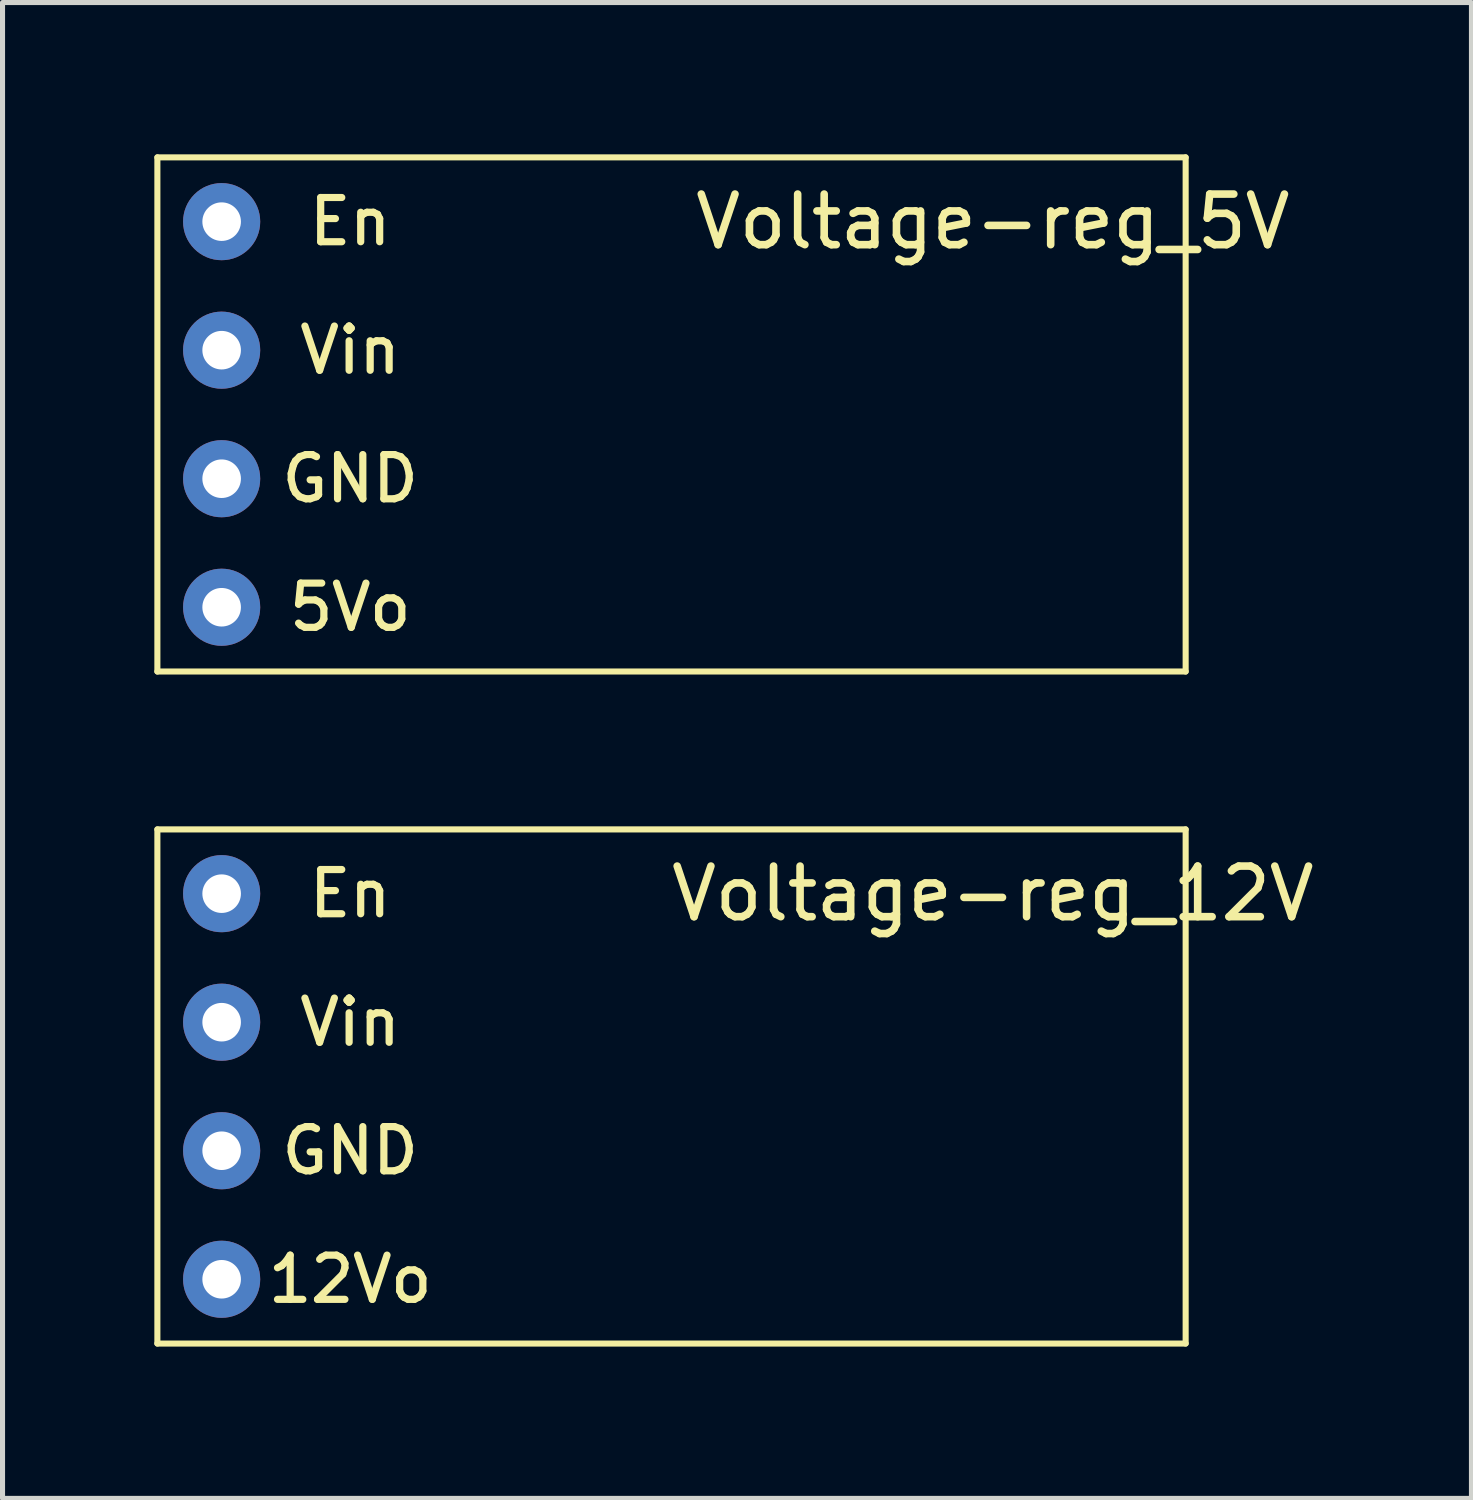
<source format=kicad_pcb>
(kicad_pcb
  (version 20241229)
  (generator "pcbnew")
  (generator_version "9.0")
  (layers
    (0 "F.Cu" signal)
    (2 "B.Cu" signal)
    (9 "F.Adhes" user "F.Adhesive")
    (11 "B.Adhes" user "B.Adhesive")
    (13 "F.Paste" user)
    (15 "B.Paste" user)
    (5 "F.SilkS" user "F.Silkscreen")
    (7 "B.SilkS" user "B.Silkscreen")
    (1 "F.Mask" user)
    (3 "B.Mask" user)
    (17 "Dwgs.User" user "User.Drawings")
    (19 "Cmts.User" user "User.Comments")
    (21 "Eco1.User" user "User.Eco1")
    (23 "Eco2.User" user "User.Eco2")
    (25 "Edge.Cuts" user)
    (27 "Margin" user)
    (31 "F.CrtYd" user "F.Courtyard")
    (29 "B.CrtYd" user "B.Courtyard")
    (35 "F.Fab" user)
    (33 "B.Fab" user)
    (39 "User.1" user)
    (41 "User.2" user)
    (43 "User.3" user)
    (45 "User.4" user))
  (footprint "Voltage-reg_5V"
    (layer "F.Cu")
    (at 1.33 8.95)
    (property "Reference" "Voltage-reg_5V" (at 15.24 -7.62 0) (layer "F.SilkS") (effects (font (size 1 1) (thickness 0.15))))
    (attr through_hole)
    (fp_line (start -1.27 -8.89) (end 19.05 -8.89) (stroke (width 0.12) (type solid)) (layer "F.SilkS"))
    (fp_line (start -1.27 1.27) (end -1.27 -8.89) (stroke (width 0.12) (type solid)) (layer "F.SilkS"))
    (fp_line (start 19.05 -8.89) (end 19.05 1.27) (stroke (width 0.12) (type solid)) (layer "F.SilkS"))
    (fp_line (start 19.05 1.27) (end -1.27 1.27) (stroke (width 0.12) (type solid)) (layer "F.SilkS"))
    (fp_text user "GND" (at 2.54 -2.54 0) (layer "F.SilkS") (effects (font (size 0.874 0.874) (thickness 0.142))))
    (fp_text user "En" (at 2.54 -7.62 0) (layer "F.SilkS") (effects (font (size 0.874 0.874) (thickness 0.142))))
    (fp_text user "5Vo" (at 2.54 0 0) (layer "F.SilkS") (effects (font (size 0.874 0.874) (thickness 0.142))))
    (fp_text user "Vin" (at 2.54 -5.08 0) (layer "F.SilkS") (effects (font (size 0.874 0.874) (thickness 0.142))))
    (pad "1" thru_hole circle (at 0 -2.54) (size 1.524 1.524) (drill 0.762) (layers "*.Cu" "*.Mask"))
    (pad "2" thru_hole circle (at 0 -5.08) (size 1.524 1.524) (drill 0.762) (layers "*.Cu" "*.Mask"))
    (pad "3" thru_hole circle (at 0 0) (size 1.524 1.524) (drill 0.762) (layers "*.Cu" "*.Mask"))
    (pad "4" thru_hole circle (at 0 -7.62) (size 1.524 1.524) (drill 0.762) (layers "*.Cu" "*.Mask")))
  (footprint "Voltage-reg_12V"
    (layer "F.Cu")
    (at 1.33 22.23)
    (property "Reference" "Voltage-reg_12V" (at 15.24 -7.62 0) (layer "F.SilkS") (effects (font (size 1 1) (thickness 0.15))))
    (attr through_hole)
    (fp_line (start -1.27 -8.89) (end 19.05 -8.89) (stroke (width 0.12) (type solid)) (layer "F.SilkS"))
    (fp_line (start -1.27 1.27) (end -1.27 -8.89) (stroke (width 0.12) (type solid)) (layer "F.SilkS"))
    (fp_line (start 19.05 -8.89) (end 19.05 1.27) (stroke (width 0.12) (type solid)) (layer "F.SilkS"))
    (fp_line (start 19.05 1.27) (end -1.27 1.27) (stroke (width 0.12) (type solid)) (layer "F.SilkS"))
    (fp_text user "En" (at 2.54 -7.62 0) (layer "F.SilkS") (effects (font (size 0.874 0.874) (thickness 0.142))))
    (fp_text user "GND" (at 2.54 -2.54 0) (layer "F.SilkS") (effects (font (size 0.874 0.874) (thickness 0.142))))
    (fp_text user "12Vo" (at 2.54 0 0) (layer "F.SilkS") (effects (font (size 0.874 0.874) (thickness 0.142))))
    (fp_text user "Vin" (at 2.54 -5.08 0) (layer "F.SilkS") (effects (font (size 0.874 0.874) (thickness 0.142))))
    (pad "1" thru_hole circle (at 0 -2.54) (size 1.524 1.524) (drill 0.762) (layers "*.Cu" "*.Mask"))
    (pad "2" thru_hole circle (at 0 -5.08) (size 1.524 1.524) (drill 0.762) (layers "*.Cu" "*.Mask"))
    (pad "3" thru_hole circle (at 0 0) (size 1.524 1.524) (drill 0.762) (layers "*.Cu" "*.Mask"))
    (pad "4" thru_hole circle (at 0 -7.62) (size 1.524 1.524) (drill 0.762) (layers "*.Cu" "*.Mask")))
  (gr_rect
    (start -3 -3)
    (end 26.028 26.56)
    (stroke (width 0.1) (type default))
    (fill no)
    (layer "Edge.Cuts")))
</source>
